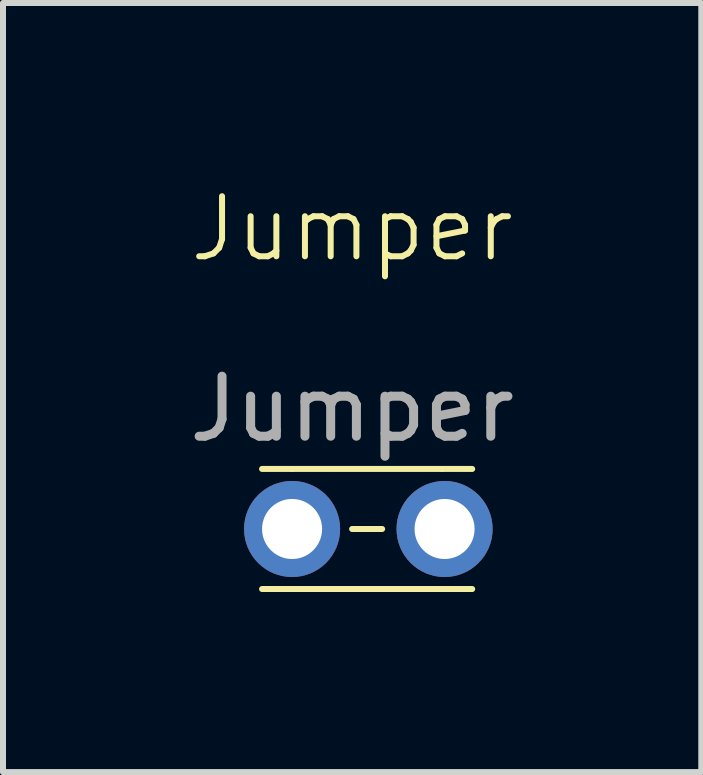
<source format=kicad_pcb>
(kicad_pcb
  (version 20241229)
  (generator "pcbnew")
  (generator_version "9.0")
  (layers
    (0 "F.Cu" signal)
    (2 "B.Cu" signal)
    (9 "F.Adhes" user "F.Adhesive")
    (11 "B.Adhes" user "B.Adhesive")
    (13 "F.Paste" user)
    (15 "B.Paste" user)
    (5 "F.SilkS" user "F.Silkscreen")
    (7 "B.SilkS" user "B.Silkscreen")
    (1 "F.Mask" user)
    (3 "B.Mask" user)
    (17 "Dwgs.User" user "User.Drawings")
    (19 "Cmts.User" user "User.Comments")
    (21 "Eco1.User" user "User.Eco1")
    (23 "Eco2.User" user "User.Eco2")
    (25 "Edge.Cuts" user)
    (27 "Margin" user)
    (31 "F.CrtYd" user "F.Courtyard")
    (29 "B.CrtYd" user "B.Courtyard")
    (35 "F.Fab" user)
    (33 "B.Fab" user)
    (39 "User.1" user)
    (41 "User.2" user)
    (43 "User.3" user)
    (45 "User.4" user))
  (footprint "Jumper"
    (layer "F.Cu")
    (at 1.815 5.761)
    (property "Reference" "Jumper" (at 1 -5 0) (unlocked yes) (layer "F.SilkS") (effects (font (size 1 1) (thickness 0.1))))
    (attr through_hole)
    (fp_line (start 0 -1) (end -0.5 -1) (stroke (width 0.1) (type default)) (layer "F.SilkS"))
    (fp_line (start 0 -1) (end 2.5 -1) (stroke (width 0.1) (type default)) (layer "F.SilkS"))
    (fp_line (start 0 1) (end -0.5 1) (stroke (width 0.1) (type default)) (layer "F.SilkS"))
    (fp_line (start 1.5 0) (end 1 0) (stroke (width 0.1) (type default)) (layer "F.SilkS"))
    (fp_line (start 2.5 -1) (end 3 -1) (stroke (width 0.1) (type default)) (layer "F.SilkS"))
    (fp_line (start 2.5 1) (end 0 1) (stroke (width 0.1) (type default)) (layer "F.SilkS"))
    (fp_line (start 2.5 1) (end 3 1) (stroke (width 0.1) (type default)) (layer "F.SilkS"))
    (fp_text user "${REFERENCE}" (at 1 -2 0) (unlocked yes) (layer "F.Fab") (effects (font (size 1 1) (thickness 0.15))))
    (pad "1" thru_hole circle (at 0 0) (size 1.6 1.6) (drill 1) (layers "*.Cu" "*.Mask"))
    (pad "2" thru_hole circle (at 2.54 0) (size 1.6 1.6) (drill 1) (layers "*.Cu" "*.Mask")))
  (gr_rect
    (start -3 -3)
    (end 8.631 9.81)
    (stroke (width 0.1) (type default))
    (fill no)
    (layer "Edge.Cuts")))
</source>
